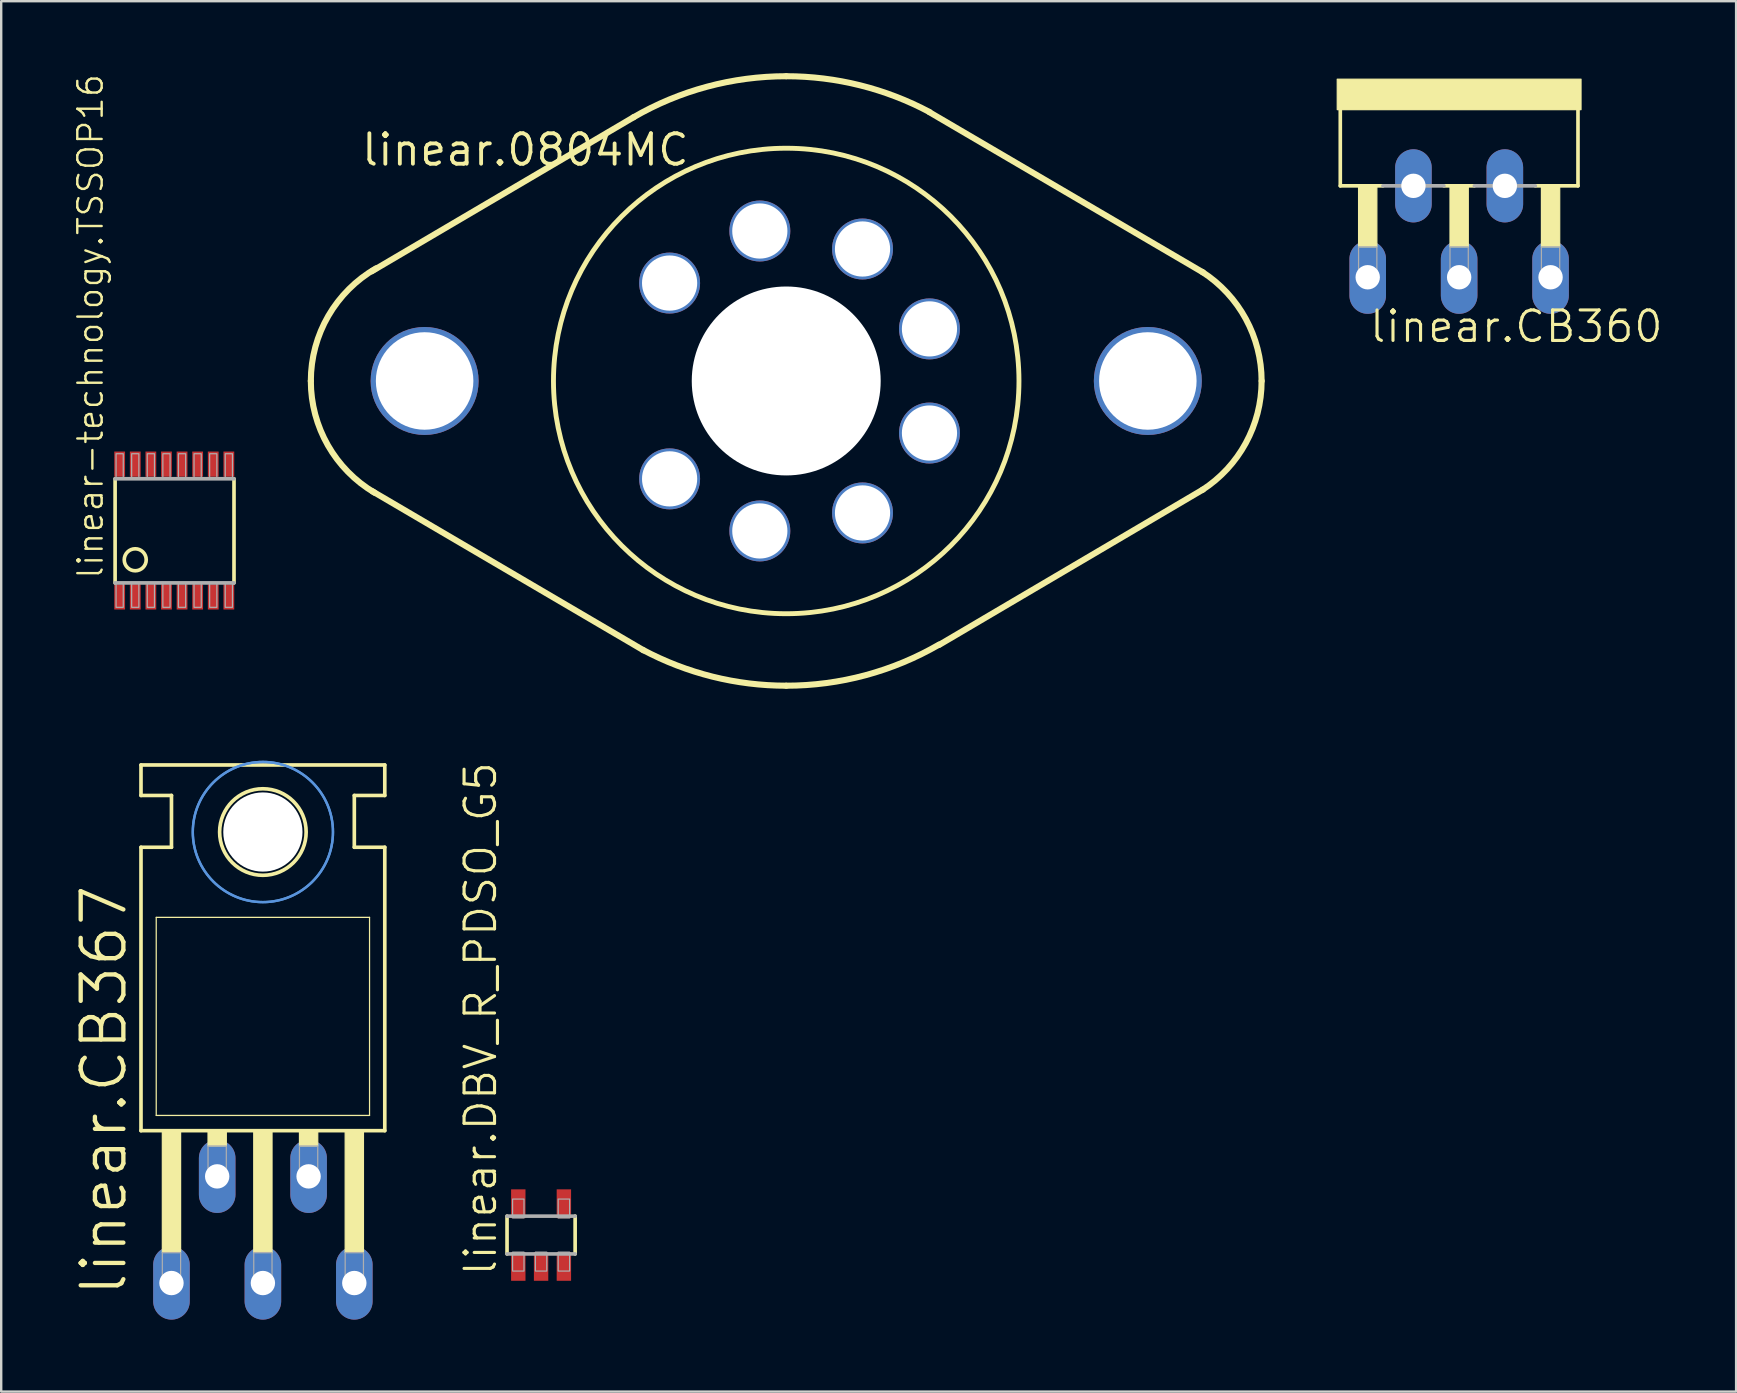
<source format=kicad_pcb>
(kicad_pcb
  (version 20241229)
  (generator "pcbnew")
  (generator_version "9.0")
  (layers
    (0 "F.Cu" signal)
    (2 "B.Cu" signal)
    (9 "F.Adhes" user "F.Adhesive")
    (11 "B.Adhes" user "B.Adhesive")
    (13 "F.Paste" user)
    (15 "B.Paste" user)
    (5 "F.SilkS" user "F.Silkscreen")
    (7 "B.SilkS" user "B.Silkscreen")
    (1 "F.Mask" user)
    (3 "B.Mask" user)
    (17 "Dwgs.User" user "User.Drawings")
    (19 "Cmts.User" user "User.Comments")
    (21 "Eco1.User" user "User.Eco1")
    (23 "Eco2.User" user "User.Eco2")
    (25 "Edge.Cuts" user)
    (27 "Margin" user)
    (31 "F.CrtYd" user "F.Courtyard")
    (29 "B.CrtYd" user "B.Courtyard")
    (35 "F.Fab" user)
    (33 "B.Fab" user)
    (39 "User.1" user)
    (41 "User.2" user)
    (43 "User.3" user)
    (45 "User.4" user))
  (footprint "linear.DBV_R_PDSO_G5"
    (layer "F.Cu")
    (at 19.5 48.421)
    (property "Reference" "linear.DBV_R_PDSO_G5" (at -1.778 1.778 90) (layer "F.SilkS") (effects (font (size 1.27 1.27) (thickness 0.13)) (justify left bottom)))
    (attr smd)
    (fp_rect (start -1.3 -0.675) (end -0.6 -1.95) (stroke (width 0.05) (type default)) (fill yes) (layer "F.Mask"))
    (fp_rect (start -1.3 1.95) (end -0.6 0.675) (stroke (width 0.05) (type default)) (fill yes) (layer "F.Mask"))
    (fp_rect (start -0.35 1.95) (end 0.35 0.675) (stroke (width 0.05) (type default)) (fill yes) (layer "F.Mask"))
    (fp_rect (start 0.6 -0.675) (end 1.3 -1.95) (stroke (width 0.05) (type default)) (fill yes) (layer "F.Mask"))
    (fp_rect (start 0.6 1.95) (end 1.3 0.675) (stroke (width 0.05) (type default)) (fill yes) (layer "F.Mask"))
    (fp_line (start -1.419 0.787) (end -1.419 -0.788) (stroke (width 0.152) (type default)) (layer "F.SilkS"))
    (fp_line (start 1.419 -0.788) (end 1.419 0.787) (stroke (width 0.152) (type default)) (layer "F.SilkS"))
    (fp_line (start -1.419 -0.788) (end 1.419 -0.788) (stroke (width 0.152) (type default)) (layer "F.Fab"))
    (fp_line (start 1.419 0.787) (end -1.419 0.787) (stroke (width 0.152) (type default)) (layer "F.Fab"))
    (fp_rect (start -1.188 -0.713) (end -0.713 -1.5) (stroke (width 0.05) (type default)) (fill no) (layer "F.Fab"))
    (fp_rect (start -1.188 1.5) (end -0.713 0.712) (stroke (width 0.05) (type default)) (fill no) (layer "F.Fab"))
    (fp_rect (start -0.237 1.5) (end 0.237 0.712) (stroke (width 0.05) (type default)) (fill no) (layer "F.Fab"))
    (fp_rect (start 0.713 -0.713) (end 1.188 -1.5) (stroke (width 0.05) (type default)) (fill no) (layer "F.Fab"))
    (fp_rect (start 0.713 1.5) (end 1.188 0.712) (stroke (width 0.05) (type default)) (fill no) (layer "F.Fab"))
    (pad "1" smd roundrect (at -0.95 1.306) (size 0.6 1.2) (layers "F.Cu" "F.Mask" "F.Paste") (roundrect_rratio 0.01))
    (pad "2" smd roundrect (at 0 1.306) (size 0.6 1.2) (layers "F.Cu" "F.Mask" "F.Paste") (roundrect_rratio 0.01))
    (pad "3" smd roundrect (at 0.95 1.306) (size 0.6 1.2) (layers "F.Cu" "F.Mask" "F.Paste") (roundrect_rratio 0.01))
    (pad "4" smd roundrect (at 0.95 -1.306) (size 0.6 1.2) (layers "F.Cu" "F.Mask" "F.Paste") (roundrect_rratio 0.01))
    (pad "5" smd roundrect (at -0.95 -1.306) (size 0.6 1.2) (layers "F.Cu" "F.Mask" "F.Paste") (roundrect_rratio 0.01)))
  (footprint "linear.CB367"
    (layer "F.Cu")
    (at 7.906 38.991)
    (property "Reference" "linear.CB367" (at -5.588 12.065 90) (layer "F.SilkS") (effects (font (size 1.778 1.778) (thickness 0.18)) (justify left bottom)))
    (attr through_hole)
    (fp_line (start -5.08 -8.89) (end -5.08 -10.16) (stroke (width 0.152) (type default)) (layer "F.SilkS"))
    (fp_line (start -5.08 -6.731) (end -3.81 -6.731) (stroke (width 0.152) (type default)) (layer "F.SilkS"))
    (fp_line (start -5.08 5.08) (end -5.08 -6.731) (stroke (width 0.152) (type default)) (layer "F.SilkS"))
    (fp_line (start -5.08 5.08) (end 5.08 5.08) (stroke (width 0.152) (type default)) (layer "F.SilkS"))
    (fp_line (start -4.445 -3.81) (end 4.445 -3.81) (stroke (width 0.051) (type default)) (layer "F.SilkS"))
    (fp_line (start -4.445 4.445) (end -4.445 -3.81) (stroke (width 0.051) (type default)) (layer "F.SilkS"))
    (fp_line (start -3.81 -8.89) (end -5.08 -8.89) (stroke (width 0.152) (type default)) (layer "F.SilkS"))
    (fp_line (start -3.81 -6.731) (end -3.81 -8.89) (stroke (width 0.152) (type default)) (layer "F.SilkS"))
    (fp_line (start 3.81 -8.89) (end 5.08 -8.89) (stroke (width 0.152) (type default)) (layer "F.SilkS"))
    (fp_line (start 3.81 -6.731) (end 3.81 -8.89) (stroke (width 0.152) (type default)) (layer "F.SilkS"))
    (fp_line (start 4.445 -3.81) (end 4.445 4.445) (stroke (width 0.051) (type default)) (layer "F.SilkS"))
    (fp_line (start 4.445 4.445) (end -4.445 4.445) (stroke (width 0.051) (type default)) (layer "F.SilkS"))
    (fp_line (start 5.08 -10.16) (end -5.08 -10.16) (stroke (width 0.152) (type default)) (layer "F.SilkS"))
    (fp_line (start 5.08 -8.89) (end 5.08 -10.16) (stroke (width 0.152) (type default)) (layer "F.SilkS"))
    (fp_line (start 5.08 -6.731) (end 3.81 -6.731) (stroke (width 0.152) (type default)) (layer "F.SilkS"))
    (fp_line (start 5.08 5.08) (end 5.08 -6.731) (stroke (width 0.152) (type default)) (layer "F.SilkS"))
    (fp_rect (start -4.191 10.16) (end -3.429 5.08) (stroke (width 0.05) (type default)) (fill yes) (layer "F.SilkS"))
    (fp_rect (start -2.286 5.715) (end -1.524 5.08) (stroke (width 0.05) (type default)) (fill yes) (layer "F.SilkS"))
    (fp_rect (start -0.381 10.16) (end 0.381 5.08) (stroke (width 0.05) (type default)) (fill yes) (layer "F.SilkS"))
    (fp_rect (start 1.524 5.715) (end 2.286 5.08) (stroke (width 0.05) (type default)) (fill yes) (layer "F.SilkS"))
    (fp_rect (start 3.429 10.16) (end 4.191 5.08) (stroke (width 0.05) (type default)) (fill yes) (layer "F.SilkS"))
    (fp_circle (center 0 -7.366) (end 1.803 -7.366) (stroke (width 0.152) (type default)) (fill no) (layer "F.SilkS"))
    (fp_circle (center 0 -7.366) (end 2.921 -7.366) (stroke (width 0.1) (type default)) (fill no) (layer "Cmts.User"))
    (fp_circle (center 0 -7.366) (end 2.921 -7.366) (stroke (width 0.1) (type default)) (fill no) (layer "Cmts.User"))
    (fp_rect (start -4.191 11.303) (end -3.429 10.16) (stroke (width 0.05) (type default)) (fill no) (layer "F.Fab"))
    (fp_rect (start -2.286 6.858) (end -1.524 5.715) (stroke (width 0.05) (type default)) (fill no) (layer "F.Fab"))
    (fp_rect (start -0.381 11.303) (end 0.381 10.16) (stroke (width 0.05) (type default)) (fill no) (layer "F.Fab"))
    (fp_rect (start 1.524 6.858) (end 2.286 5.715) (stroke (width 0.05) (type default)) (fill no) (layer "F.Fab"))
    (fp_rect (start 3.429 11.303) (end 4.191 10.16) (stroke (width 0.05) (type default)) (fill no) (layer "F.Fab"))
    (pad "" np_thru_hole circle (at 0 -7.366) (size 3.302 3.302) (drill 3.302) (layers "*.Cu" "*.Mask"))
    (pad "1" thru_hole oval (at -3.81 11.43 90) (size 3.048 1.524) (drill 1.016) (layers "*.Cu" "*.Mask"))
    (pad "2" thru_hole oval (at -1.905 6.985 90) (size 3.048 1.524) (drill 1.016) (layers "*.Cu" "*.Mask"))
    (pad "3" thru_hole oval (at 0 11.43 90) (size 3.048 1.524) (drill 1.016) (layers "*.Cu" "*.Mask"))
    (pad "4" thru_hole oval (at 1.905 6.985 90) (size 3.048 1.524) (drill 1.016) (layers "*.Cu" "*.Mask"))
    (pad "5" thru_hole oval (at 3.81 11.43 90) (size 3.048 1.524) (drill 1.016) (layers "*.Cu" "*.Mask")))
  (footprint "linear-technology.TSSOP16"
    (layer "F.Cu")
    (at 4.212 19.06)
    (property "Reference" "linear-technology.TSSOP16" (at -2.896 2.083 90) (layer "F.SilkS") (effects (font (size 1.016 1.016) (thickness 0.1)) (justify left bottom)))
    (attr smd)
    (fp_rect (start -2.525 -2.225) (end -2.025 -3.325) (stroke (width 0.05) (type default)) (fill yes) (layer "F.Mask"))
    (fp_rect (start -2.525 3.325) (end -2.025 2.225) (stroke (width 0.05) (type default)) (fill yes) (layer "F.Mask"))
    (fp_rect (start -1.875 -2.225) (end -1.375 -3.325) (stroke (width 0.05) (type default)) (fill yes) (layer "F.Mask"))
    (fp_rect (start -1.875 3.325) (end -1.375 2.225) (stroke (width 0.05) (type default)) (fill yes) (layer "F.Mask"))
    (fp_rect (start -1.225 -2.225) (end -0.725 -3.325) (stroke (width 0.05) (type default)) (fill yes) (layer "F.Mask"))
    (fp_rect (start -1.225 3.325) (end -0.725 2.225) (stroke (width 0.05) (type default)) (fill yes) (layer "F.Mask"))
    (fp_rect (start -0.575 -2.225) (end -0.075 -3.325) (stroke (width 0.05) (type default)) (fill yes) (layer "F.Mask"))
    (fp_rect (start -0.575 3.325) (end -0.075 2.225) (stroke (width 0.05) (type default)) (fill yes) (layer "F.Mask"))
    (fp_rect (start 0.075 -2.225) (end 0.575 -3.325) (stroke (width 0.05) (type default)) (fill yes) (layer "F.Mask"))
    (fp_rect (start 0.075 3.325) (end 0.575 2.225) (stroke (width 0.05) (type default)) (fill yes) (layer "F.Mask"))
    (fp_rect (start 0.725 -2.225) (end 1.225 -3.325) (stroke (width 0.05) (type default)) (fill yes) (layer "F.Mask"))
    (fp_rect (start 0.725 3.325) (end 1.225 2.225) (stroke (width 0.05) (type default)) (fill yes) (layer "F.Mask"))
    (fp_rect (start 1.375 -2.225) (end 1.875 -3.325) (stroke (width 0.05) (type default)) (fill yes) (layer "F.Mask"))
    (fp_rect (start 1.375 3.325) (end 1.875 2.225) (stroke (width 0.05) (type default)) (fill yes) (layer "F.Mask"))
    (fp_rect (start 2.025 -2.225) (end 2.525 -3.325) (stroke (width 0.05) (type default)) (fill yes) (layer "F.Mask"))
    (fp_rect (start 2.025 3.325) (end 2.525 2.225) (stroke (width 0.05) (type default)) (fill yes) (layer "F.Mask"))
    (fp_line (start -2.465 2.183) (end -2.465 -2.158) (stroke (width 0.152) (type default)) (layer "F.SilkS"))
    (fp_line (start 2.49 -2.158) (end 2.49 2.183) (stroke (width 0.152) (type default)) (layer "F.SilkS"))
    (fp_circle (center -1.626 1.219) (end -1.168 1.219) (stroke (width 0.152) (type default)) (fill no) (layer "F.SilkS"))
    (fp_line (start -2.465 2.183) (end 2.49 2.183) (stroke (width 0.152) (type default)) (layer "F.Fab"))
    (fp_line (start 2.49 -2.158) (end -2.465 -2.158) (stroke (width 0.152) (type default)) (layer "F.Fab"))
    (fp_rect (start -2.425 -2.2) (end -2.125 -3.2) (stroke (width 0.05) (type default)) (fill no) (layer "F.Fab"))
    (fp_rect (start -2.425 3.2) (end -2.125 2.2) (stroke (width 0.05) (type default)) (fill no) (layer "F.Fab"))
    (fp_rect (start -1.775 -2.2) (end -1.475 -3.2) (stroke (width 0.05) (type default)) (fill no) (layer "F.Fab"))
    (fp_rect (start -1.775 3.2) (end -1.475 2.2) (stroke (width 0.05) (type default)) (fill no) (layer "F.Fab"))
    (fp_rect (start -1.125 -2.2) (end -0.825 -3.2) (stroke (width 0.05) (type default)) (fill no) (layer "F.Fab"))
    (fp_rect (start -1.125 3.2) (end -0.825 2.2) (stroke (width 0.05) (type default)) (fill no) (layer "F.Fab"))
    (fp_rect (start -0.475 -2.2) (end -0.175 -3.2) (stroke (width 0.05) (type default)) (fill no) (layer "F.Fab"))
    (fp_rect (start -0.475 3.2) (end -0.175 2.2) (stroke (width 0.05) (type default)) (fill no) (layer "F.Fab"))
    (fp_rect (start 0.175 -2.2) (end 0.475 -3.2) (stroke (width 0.05) (type default)) (fill no) (layer "F.Fab"))
    (fp_rect (start 0.175 3.2) (end 0.475 2.2) (stroke (width 0.05) (type default)) (fill no) (layer "F.Fab"))
    (fp_rect (start 0.825 -2.2) (end 1.125 -3.2) (stroke (width 0.05) (type default)) (fill no) (layer "F.Fab"))
    (fp_rect (start 0.825 3.2) (end 1.125 2.2) (stroke (width 0.05) (type default)) (fill no) (layer "F.Fab"))
    (fp_rect (start 1.475 -2.2) (end 1.775 -3.2) (stroke (width 0.05) (type default)) (fill no) (layer "F.Fab"))
    (fp_rect (start 1.475 3.2) (end 1.775 2.2) (stroke (width 0.05) (type default)) (fill no) (layer "F.Fab"))
    (fp_rect (start 2.125 -2.2) (end 2.425 -3.2) (stroke (width 0.05) (type default)) (fill no) (layer "F.Fab"))
    (fp_rect (start 2.125 3.2) (end 2.425 2.2) (stroke (width 0.05) (type default)) (fill no) (layer "F.Fab"))
    (pad "1" smd roundrect (at -2.275 2.768) (size 0.45 1.05) (layers "F.Cu" "F.Mask" "F.Paste") (roundrect_rratio 0.01))
    (pad "2" smd roundrect (at -1.625 2.768) (size 0.45 1.05) (layers "F.Cu" "F.Mask" "F.Paste") (roundrect_rratio 0.01))
    (pad "3" smd roundrect (at -0.975 2.768) (size 0.45 1.05) (layers "F.Cu" "F.Mask" "F.Paste") (roundrect_rratio 0.01))
    (pad "4" smd roundrect (at -0.325 2.768) (size 0.45 1.05) (layers "F.Cu" "F.Mask" "F.Paste") (roundrect_rratio 0.01))
    (pad "5" smd roundrect (at 0.325 2.768) (size 0.45 1.05) (layers "F.Cu" "F.Mask" "F.Paste") (roundrect_rratio 0.01))
    (pad "6" smd roundrect (at 0.975 2.768) (size 0.45 1.05) (layers "F.Cu" "F.Mask" "F.Paste") (roundrect_rratio 0.01))
    (pad "7" smd roundrect (at 1.625 2.768) (size 0.45 1.05) (layers "F.Cu" "F.Mask" "F.Paste") (roundrect_rratio 0.01))
    (pad "8" smd roundrect (at 2.275 2.768) (size 0.45 1.05) (layers "F.Cu" "F.Mask" "F.Paste") (roundrect_rratio 0.01))
    (pad "9" smd roundrect (at 2.275 -2.768) (size 0.45 1.05) (layers "F.Cu" "F.Mask" "F.Paste") (roundrect_rratio 0.01))
    (pad "10" smd roundrect (at 1.625 -2.768) (size 0.45 1.05) (layers "F.Cu" "F.Mask" "F.Paste") (roundrect_rratio 0.01))
    (pad "11" smd roundrect (at 0.975 -2.768) (size 0.45 1.05) (layers "F.Cu" "F.Mask" "F.Paste") (roundrect_rratio 0.01))
    (pad "12" smd roundrect (at 0.325 -2.768) (size 0.45 1.05) (layers "F.Cu" "F.Mask" "F.Paste") (roundrect_rratio 0.01))
    (pad "13" smd roundrect (at -0.325 -2.768) (size 0.45 1.05) (layers "F.Cu" "F.Mask" "F.Paste") (roundrect_rratio 0.01))
    (pad "14" smd roundrect (at -0.975 -2.768) (size 0.45 1.05) (layers "F.Cu" "F.Mask" "F.Paste") (roundrect_rratio 0.01))
    (pad "15" smd roundrect (at -1.625 -2.768) (size 0.45 1.05) (layers "F.Cu" "F.Mask" "F.Paste") (roundrect_rratio 0.01))
    (pad "16" smd roundrect (at -2.275 -2.768) (size 0.45 1.05) (layers "F.Cu" "F.Mask" "F.Paste") (roundrect_rratio 0.01)))
  (footprint "linear.0804MC"
    (layer "F.Cu")
    (at 29.716 12.827)
    (property "Reference" "linear.0804MC" (at -17.78 -8.89 0) (layer "F.SilkS") (effects (font (size 1.27 1.27) (thickness 0.16)) (justify left bottom)))
    (attr through_hole)
    (fp_line (start -6.35 -10.998) (end -17.272 -4.572) (stroke (width 0.254) (type default)) (layer "F.SilkS"))
    (fp_line (start -5.944 11.227) (end -17.247 4.597) (stroke (width 0.254) (type default)) (layer "F.SilkS"))
    (fp_line (start 5.969 -11.201) (end 17.374 -4.521) (stroke (width 0.254) (type default)) (layer "F.SilkS"))
    (fp_line (start 6.375 10.998) (end 17.374 4.521) (stroke (width 0.254) (type default)) (layer "F.SilkS"))
    (fp_arc (start -19.812 0) (mid -19.08306 -2.712168) (end -17.0927 -4.6935) (stroke (width 0.254) (type default)) (layer "F.SilkS"))
    (fp_arc (start -17.1555 4.657) (mid -19.101186 2.680705) (end -19.812 0) (stroke (width 0.254) (type default)) (layer "F.SilkS"))
    (fp_arc (start -6.3718 -10.9859) (mid -3.299165 -12.263989) (end 0 -12.7) (stroke (width 0.254) (type default)) (layer "F.SilkS"))
    (fp_arc (start 0 -12.7) (mid 3.080216 -12.320819) (end 5.9765 -11.2059) (stroke (width 0.254) (type default)) (layer "F.SilkS"))
    (fp_arc (start 0 12.7) (mid -3.080216 12.320819) (end -5.9765 11.2059) (stroke (width 0.254) (type default)) (layer "F.SilkS"))
    (fp_arc (start 6.3718 10.9859) (mid 3.299165 12.263989) (end 0 12.7) (stroke (width 0.254) (type default)) (layer "F.SilkS"))
    (fp_arc (start 17.3366 -4.545) (mid 19.153012 -2.587691) (end 19.812 0) (stroke (width 0.254) (type default)) (layer "F.SilkS"))
    (fp_arc (start 19.812 0) (mid 19.153012 2.587691) (end 17.3366 4.545) (stroke (width 0.254) (type default)) (layer "F.SilkS"))
    (fp_circle (center 0 0) (end 9.7 0) (stroke (width 0.203) (type default)) (fill no) (layer "F.SilkS"))
    (pad "" np_thru_hole circle (at 0 0) (size 7.874 7.874) (drill 7.874) (layers "*.Cu" "*.Mask"))
    (pad "1" thru_hole circle (at -4.86 4.08) (size 2.54 2.54) (drill 2.3) (layers "*.Cu" "*.Mask"))
    (pad "2" thru_hole circle (at -1.1 6.25) (size 2.54 2.54) (drill 2.3) (layers "*.Cu" "*.Mask"))
    (pad "3" thru_hole circle (at 3.18 5.5) (size 2.54 2.54) (drill 2.3) (layers "*.Cu" "*.Mask"))
    (pad "4" thru_hole circle (at 5.97 2.17) (size 2.54 2.54) (drill 2.3) (layers "*.Cu" "*.Mask"))
    (pad "5" thru_hole circle (at 5.97 -2.17) (size 2.54 2.54) (drill 2.3) (layers "*.Cu" "*.Mask"))
    (pad "6" thru_hole circle (at 3.18 -5.5) (size 2.54 2.54) (drill 2.3) (layers "*.Cu" "*.Mask"))
    (pad "7" thru_hole circle (at -1.1 -6.25) (size 2.54 2.54) (drill 2.3) (layers "*.Cu" "*.Mask"))
    (pad "8" thru_hole circle (at -4.86 -4.08) (size 2.54 2.54) (drill 2.3) (layers "*.Cu" "*.Mask"))
    (pad "G@1" thru_hole circle (at -15.07 0) (size 4.5 4.5) (drill 4.064) (layers "*.Cu" "*.Mask"))
    (pad "G@2" thru_hole circle (at 15.07 0) (size 4.5 4.5) (drill 4.064) (layers "*.Cu" "*.Mask")))
  (footprint "linear.CB360"
    (layer "F.Cu")
    (at 57.76 0.25)
    (property "Reference" "linear.CB360" (at -3.81 11.049 0) (layer "F.SilkS") (effects (font (size 1.27 1.27) (thickness 0.13)) (justify left bottom)))
    (attr through_hole)
    (fp_line (start -4.953 1.27) (end -4.953 4.445) (stroke (width 0.152) (type default)) (layer "F.SilkS"))
    (fp_line (start -4.953 4.445) (end -3.175 4.445) (stroke (width 0.152) (type default)) (layer "F.SilkS"))
    (fp_line (start -0.635 4.445) (end 0.635 4.445) (stroke (width 0.152) (type default)) (layer "F.SilkS"))
    (fp_line (start 3.175 4.445) (end 4.953 4.445) (stroke (width 0.152) (type default)) (layer "F.SilkS"))
    (fp_line (start 4.953 4.445) (end 4.953 1.27) (stroke (width 0.152) (type default)) (layer "F.SilkS"))
    (fp_rect (start -5.08 1.27) (end 5.08 0) (stroke (width 0.05) (type default)) (fill yes) (layer "F.SilkS"))
    (fp_rect (start -4.191 6.985) (end -3.429 4.445) (stroke (width 0.05) (type default)) (fill yes) (layer "F.SilkS"))
    (fp_rect (start -0.381 6.985) (end 0.381 4.445) (stroke (width 0.05) (type default)) (fill yes) (layer "F.SilkS"))
    (fp_rect (start 3.429 6.985) (end 4.191 4.445) (stroke (width 0.05) (type default)) (fill yes) (layer "F.SilkS"))
    (fp_line (start -3.175 4.445) (end -0.635 4.445) (stroke (width 0.152) (type default)) (layer "F.Fab"))
    (fp_line (start 0.635 4.445) (end 3.175 4.445) (stroke (width 0.152) (type default)) (layer "F.Fab"))
    (fp_rect (start -4.191 8.382) (end -3.429 6.985) (stroke (width 0.05) (type default)) (fill no) (layer "F.Fab"))
    (fp_rect (start -0.381 8.382) (end 0.381 6.985) (stroke (width 0.05) (type default)) (fill no) (layer "F.Fab"))
    (fp_rect (start 3.429 8.382) (end 4.191 6.985) (stroke (width 0.05) (type default)) (fill no) (layer "F.Fab"))
    (pad "1" thru_hole oval (at -3.81 8.255 90) (size 3.048 1.524) (drill 1.016) (layers "*.Cu" "*.Mask"))
    (pad "2" thru_hole oval (at -1.905 4.445 90) (size 3.048 1.524) (drill 1.016) (layers "*.Cu" "*.Mask"))
    (pad "3" thru_hole oval (at 0 8.255 90) (size 3.048 1.524) (drill 1.016) (layers "*.Cu" "*.Mask"))
    (pad "4" thru_hole oval (at 1.905 4.445 90) (size 3.048 1.524) (drill 1.016) (layers "*.Cu" "*.Mask"))
    (pad "5" thru_hole oval (at 3.81 8.255 90) (size 3.048 1.524) (drill 1.016) (layers "*.Cu" "*.Mask")))
  (gr_rect
    (start -3 -3)
    (end 69.303 54.945)
    (stroke (width 0.1) (type default))
    (fill no)
    (layer "Edge.Cuts")))
</source>
